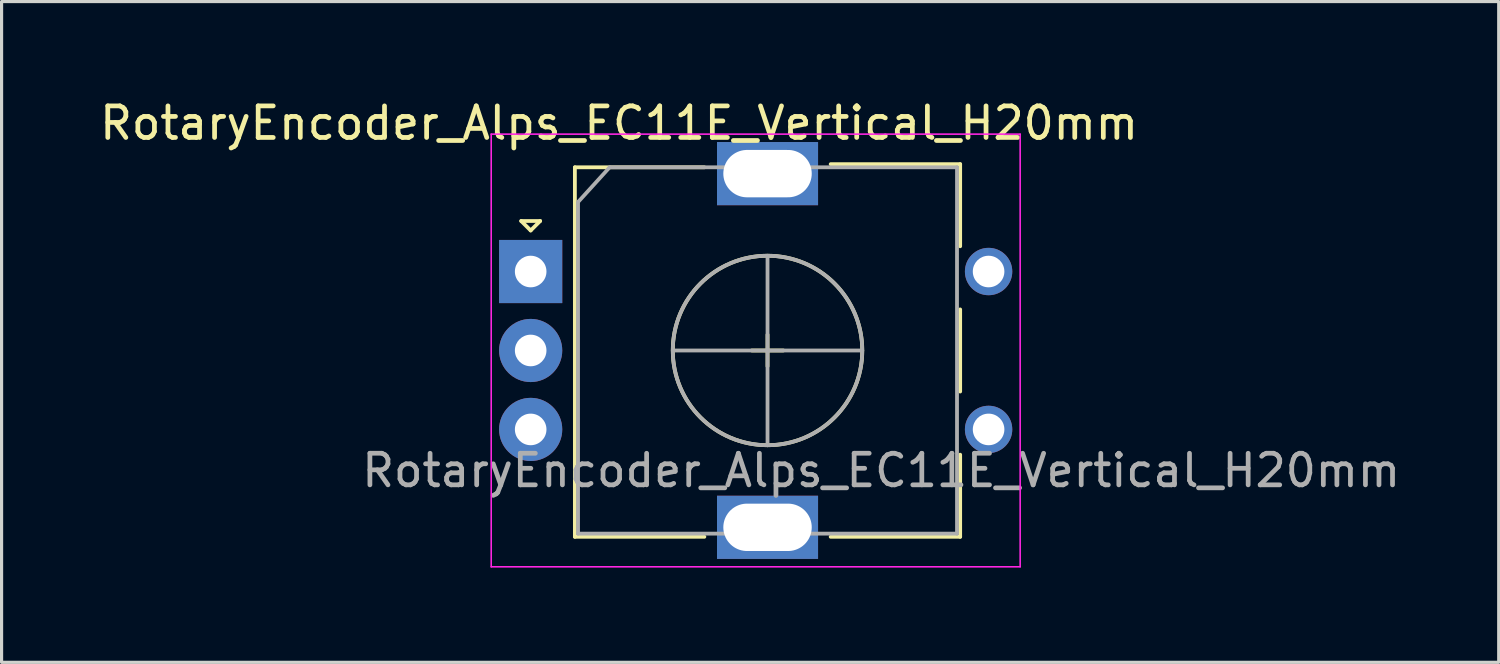
<source format=kicad_pcb>
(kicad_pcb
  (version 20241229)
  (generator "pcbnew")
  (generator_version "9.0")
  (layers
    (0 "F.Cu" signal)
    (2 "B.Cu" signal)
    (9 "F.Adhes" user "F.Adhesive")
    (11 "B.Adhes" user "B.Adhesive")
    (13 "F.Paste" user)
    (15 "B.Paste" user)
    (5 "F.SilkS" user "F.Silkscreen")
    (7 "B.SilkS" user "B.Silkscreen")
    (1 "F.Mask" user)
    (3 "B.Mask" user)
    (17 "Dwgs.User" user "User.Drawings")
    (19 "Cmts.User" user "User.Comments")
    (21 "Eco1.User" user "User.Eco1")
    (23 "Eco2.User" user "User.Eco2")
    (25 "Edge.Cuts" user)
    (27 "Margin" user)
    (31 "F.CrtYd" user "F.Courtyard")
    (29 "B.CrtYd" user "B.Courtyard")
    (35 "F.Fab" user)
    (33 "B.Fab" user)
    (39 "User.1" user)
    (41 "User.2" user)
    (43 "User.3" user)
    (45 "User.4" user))
  (footprint "RotaryEncoder_Alps_EC11E_Vertical_H20mm"
    (layer "F.Cu")
    (at 13.754 5.548)
    (property "Reference" "RotaryEncoder_Alps_EC11E_Vertical_H20mm" (at 2.8 -4.7 0) (layer "F.SilkS") (effects (font (size 1 1) (thickness 0.15))))
    (attr through_hole)
    (fp_line (start -0.3 -1.6) (end 0.3 -1.6) (stroke (width 0.12) (type solid)) (layer "F.SilkS"))
    (fp_line (start 0 -1.3) (end -0.3 -1.6) (stroke (width 0.12) (type solid)) (layer "F.SilkS"))
    (fp_line (start 0.3 -1.6) (end 0 -1.3) (stroke (width 0.12) (type solid)) (layer "F.SilkS"))
    (fp_line (start 1.4 -3.3) (end 1.4 8.4) (stroke (width 0.12) (type solid)) (layer "F.SilkS"))
    (fp_line (start 5.5 -3.3) (end 1.4 -3.3) (stroke (width 0.12) (type solid)) (layer "F.SilkS"))
    (fp_line (start 5.5 8.4) (end 1.4 8.4) (stroke (width 0.12) (type solid)) (layer "F.SilkS"))
    (fp_line (start 7 2.5) (end 8 2.5) (stroke (width 0.12) (type solid)) (layer "F.SilkS"))
    (fp_line (start 7.5 2) (end 7.5 3) (stroke (width 0.12) (type solid)) (layer "F.SilkS"))
    (fp_line (start 9.5 -3.4) (end 13.6 -3.4) (stroke (width 0.12) (type solid)) (layer "F.SilkS"))
    (fp_line (start 13.6 -3.4) (end 13.6 -0.8) (stroke (width 0.12) (type solid)) (layer "F.SilkS"))
    (fp_line (start 13.6 1.2) (end 13.6 3.8) (stroke (width 0.12) (type solid)) (layer "F.SilkS"))
    (fp_line (start 13.6 5.8) (end 13.6 8.4) (stroke (width 0.12) (type solid)) (layer "F.SilkS"))
    (fp_line (start 13.6 8.4) (end 9.5 8.4) (stroke (width 0.12) (type solid)) (layer "F.SilkS"))
    (fp_circle (center 7.5 2.5) (end 10.5 2.5) (stroke (width 0.12) (type solid)) (fill no) (layer "F.SilkS"))
    (fp_line (start -1.25 -4.35) (end -1.25 9.35) (stroke (width 0.05) (type solid)) (layer "F.CrtYd"))
    (fp_line (start -1.25 -4.35) (end 15.5 -4.35) (stroke (width 0.05) (type solid)) (layer "F.CrtYd"))
    (fp_line (start 15.5 9.35) (end -1.25 9.35) (stroke (width 0.05) (type solid)) (layer "F.CrtYd"))
    (fp_line (start 15.5 9.35) (end 15.5 -4.35) (stroke (width 0.05) (type solid)) (layer "F.CrtYd"))
    (fp_line (start 1.5 -2.2) (end 2.5 -3.3) (stroke (width 0.12) (type solid)) (layer "F.Fab"))
    (fp_line (start 1.5 8.3) (end 1.5 -2.2) (stroke (width 0.12) (type solid)) (layer "F.Fab"))
    (fp_line (start 2.5 -3.3) (end 13.5 -3.3) (stroke (width 0.12) (type solid)) (layer "F.Fab"))
    (fp_line (start 4.5 2.5) (end 10.5 2.5) (stroke (width 0.12) (type solid)) (layer "F.Fab"))
    (fp_line (start 7.5 -0.5) (end 7.5 5.5) (stroke (width 0.12) (type solid)) (layer "F.Fab"))
    (fp_line (start 13.5 -3.3) (end 13.5 8.3) (stroke (width 0.12) (type solid)) (layer "F.Fab"))
    (fp_line (start 13.5 8.3) (end 1.5 8.3) (stroke (width 0.12) (type solid)) (layer "F.Fab"))
    (fp_circle (center 7.5 2.5) (end 10.5 2.5) (stroke (width 0.12) (type solid)) (fill no) (layer "F.Fab"))
    (fp_text user "${REFERENCE}" (at 11.1 6.3 0) (layer "F.Fab") (effects (font (size 1 1) (thickness 0.15))))
    (pad "A" thru_hole rect (at 0 0) (size 2 2) (drill 1) (layers "*.Cu" "*.Mask"))
    (pad "B" thru_hole circle (at 0 5) (size 2 2) (drill 1) (layers "*.Cu" "*.Mask"))
    (pad "C" thru_hole circle (at 0 2.5) (size 2 2) (drill 1) (layers "*.Cu" "*.Mask"))
    (pad "MP" thru_hole rect (at 7.5 -3.1) (size 3.2 2) (drill oval 2.8 1.5) (layers "*.Cu" "*.Mask"))
    (pad "MP" thru_hole rect (at 7.5 8.1) (size 3.2 2) (drill oval 2.8 1.5) (layers "*.Cu" "*.Mask"))
    (pad "S1" thru_hole circle (at 14.5 0) (size 1.5 1.5) (drill 1) (layers "*.Cu" "*.Mask"))
    (pad "S2" thru_hole circle (at 14.5 5) (size 1.5 1.5) (drill 1) (layers "*.Cu" "*.Mask")))
  (gr_rect
    (start -3 -3)
    (end 44.407 17.923)
    (stroke (width 0.1) (type default))
    (fill no)
    (layer "Edge.Cuts")))
</source>
